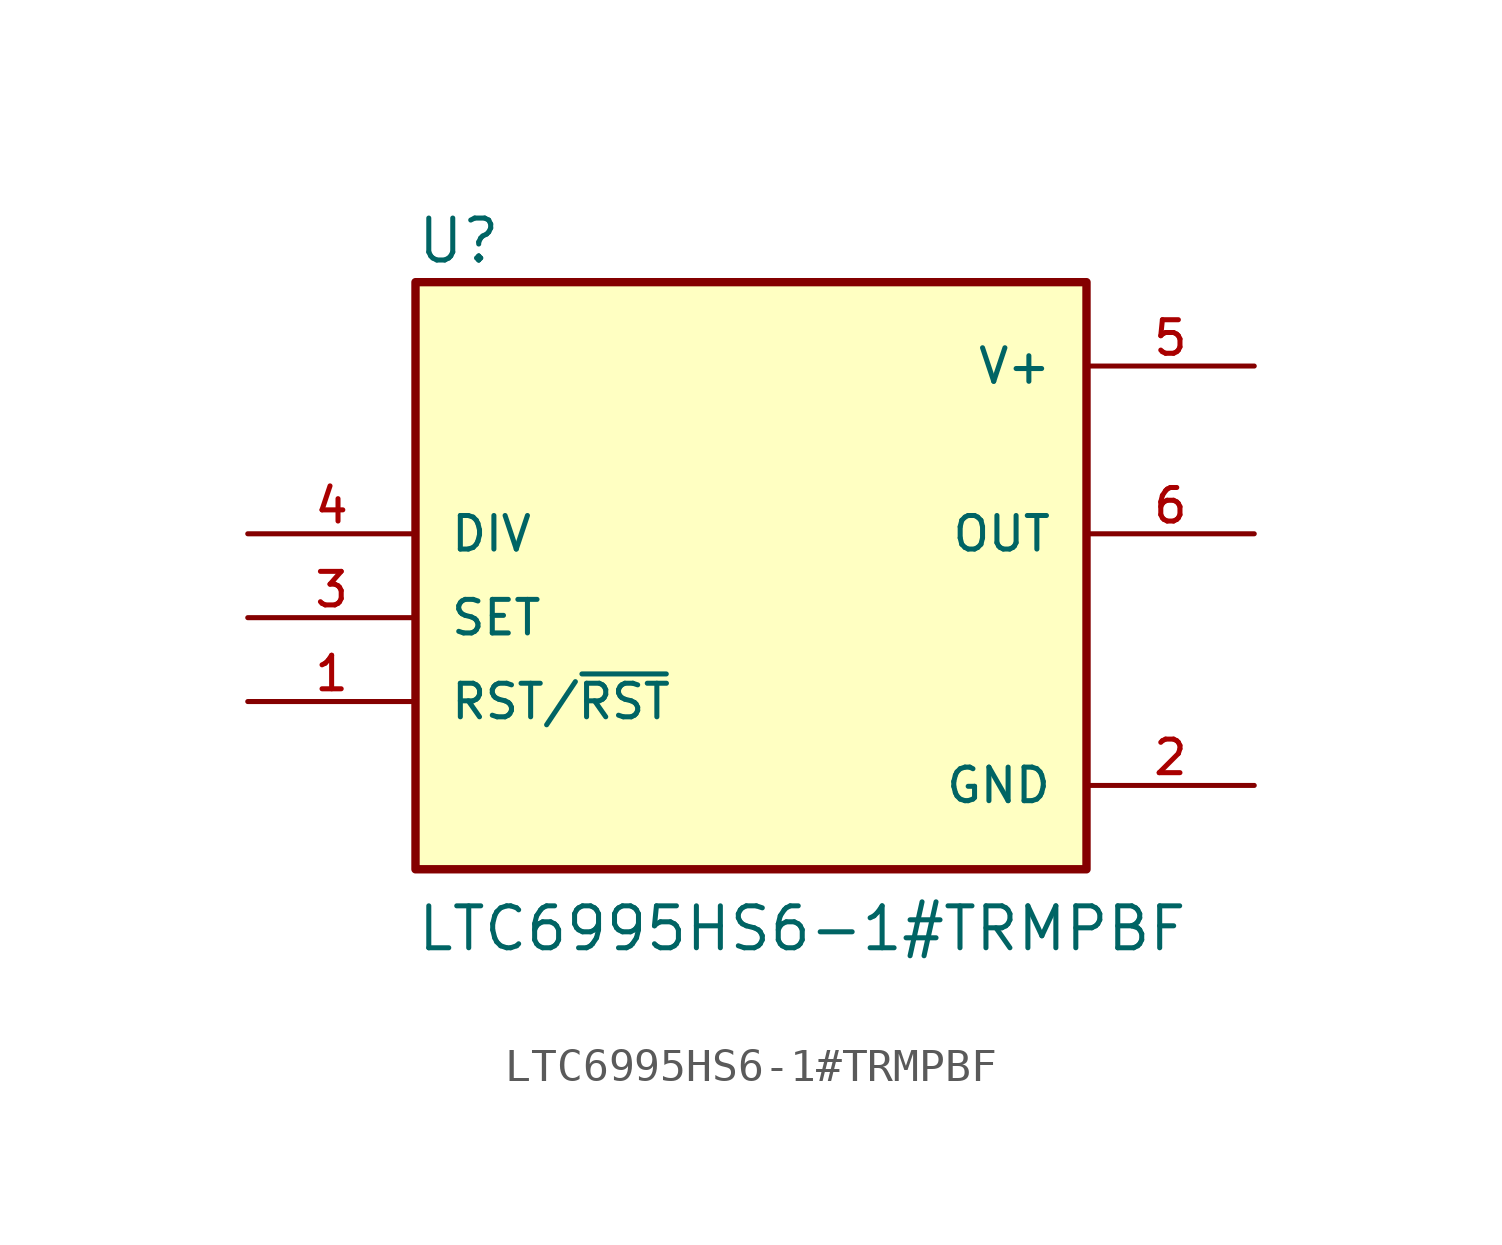
<source format=kicad_sym>
(kicad_symbol_lib
  (version 20211014)
  (generator kicad_symbol_editor)
  (symbol "LTC6995HS6-1#TRMPBF"
    (pin_names
      (offset 1.016))
    (property "Reference" "U"
      (at -10.16 8.128 0)
      (effects (font (size 1.27 1.27)) (justify bottom left)))
    (property "Value" "LTC6995HS6-1#TRMPBF"
      (at -10.16 -12.7 0)
      (effects (font (size 1.27 1.27)) (justify bottom left)))
    (symbol "LTC6995HS6-1#TRMPBF_0_0"
      (rectangle (start -10.16 -10.16) (end 10.16 7.62) (stroke (width 0.254)) (fill (type background)))
      (pin power_in line (at 15.24 5.08 180.0) (length 5.08) (name "V+" (effects (font (size 1.016 1.016)))) (number "5" (effects (font (size 1.016 1.016)))))
      (pin input line (at -15.24 0.0 0) (length 5.08) (name "DIV" (effects (font (size 1.016 1.016)))) (number "4" (effects (font (size 1.016 1.016)))))
      (pin input line (at -15.24 -2.54 0) (length 5.08) (name "SET" (effects (font (size 1.016 1.016)))) (number "3" (effects (font (size 1.016 1.016)))))
      (pin output line (at 15.24 0.0 180.0) (length 5.08) (name "OUT" (effects (font (size 1.016 1.016)))) (number "6" (effects (font (size 1.016 1.016)))))
      (pin input line (at -15.24 -5.08 0) (length 5.08) (name "RST/~{RST}" (effects (font (size 1.016 1.016)))) (number "1" (effects (font (size 1.016 1.016)))))
      (pin power_in line (at 15.24 -7.62 180.0) (length 5.08) (name "GND" (effects (font (size 1.016 1.016)))) (number "2" (effects (font (size 1.016 1.016))))))))
</source>
